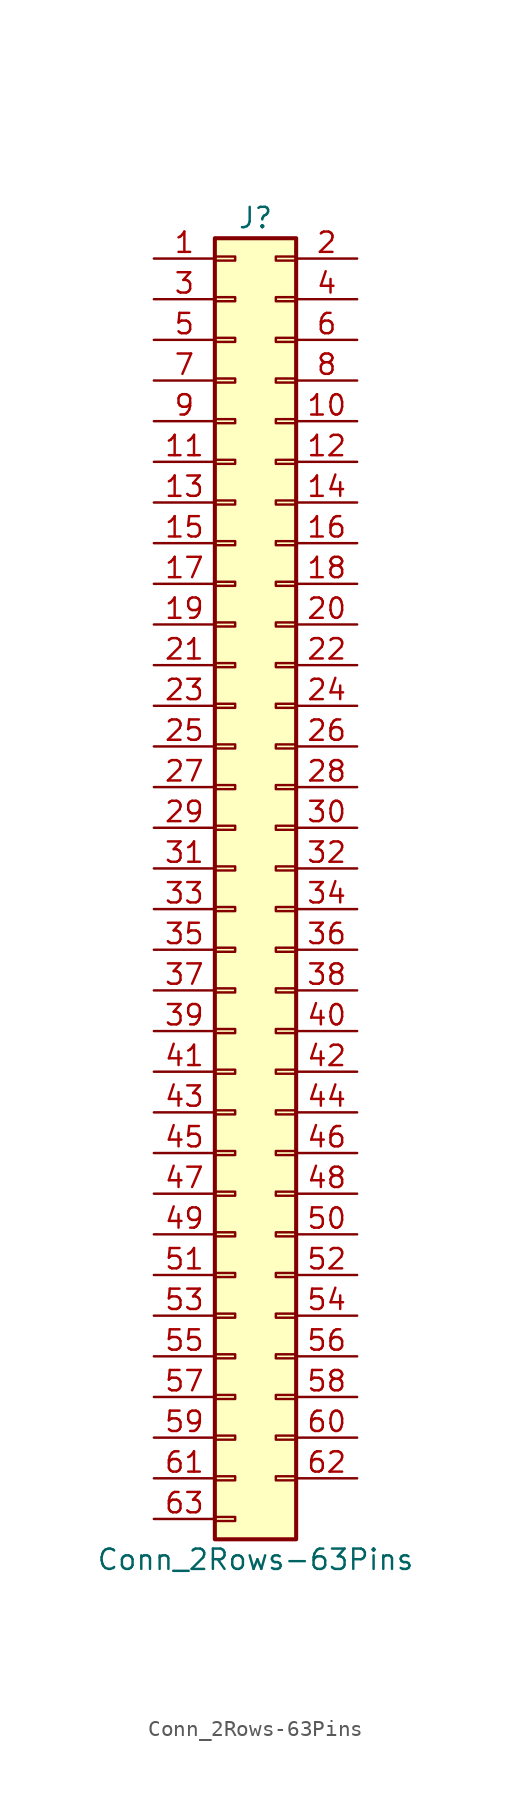
<source format=kicad_sym>
(kicad_symbol_lib
  (version 20201005)
  (generator kicad_symbol_editor)
  (symbol "Conn_2Rows-63Pins"
    (pin_names
      (offset 1.016) hide)
    (property "Reference" "J"
      (at 1.27 40.64 0)
      (effects (font (size 1.27 1.27))))
    (property "Value" "Conn_2Rows-63Pins"
      (at 1.27 -43.18 0)
      (effects (font (size 1.27 1.27))))
    (symbol "Conn_2Rows-63Pins_1_1"
      (rectangle (start -1.27 -40.513) (end 0 -40.767) (stroke (width 0.152)) (fill (type none)))
      (rectangle (start -1.27 -37.973) (end 0 -38.227) (stroke (width 0.152)) (fill (type none)))
      (rectangle (start -1.27 -35.433) (end 0 -35.687) (stroke (width 0.152)) (fill (type none)))
      (rectangle (start -1.27 -32.893) (end 0 -33.147) (stroke (width 0.152)) (fill (type none)))
      (rectangle (start -1.27 -30.353) (end 0 -30.607) (stroke (width 0.152)) (fill (type none)))
      (rectangle (start -1.27 -27.813) (end 0 -28.067) (stroke (width 0.152)) (fill (type none)))
      (rectangle (start -1.27 -25.273) (end 0 -25.527) (stroke (width 0.152)) (fill (type none)))
      (rectangle (start -1.27 -22.733) (end 0 -22.987) (stroke (width 0.152)) (fill (type none)))
      (rectangle (start -1.27 -20.193) (end 0 -20.447) (stroke (width 0.152)) (fill (type none)))
      (rectangle (start -1.27 -17.653) (end 0 -17.907) (stroke (width 0.152)) (fill (type none)))
      (rectangle (start -1.27 -15.113) (end 0 -15.367) (stroke (width 0.152)) (fill (type none)))
      (rectangle (start -1.27 -12.573) (end 0 -12.827) (stroke (width 0.152)) (fill (type none)))
      (rectangle (start -1.27 -10.033) (end 0 -10.287) (stroke (width 0.152)) (fill (type none)))
      (rectangle (start -1.27 -7.493) (end 0 -7.747) (stroke (width 0.152)) (fill (type none)))
      (rectangle (start -1.27 -4.953) (end 0 -5.207) (stroke (width 0.152)) (fill (type none)))
      (rectangle (start -1.27 -2.413) (end 0 -2.667) (stroke (width 0.152)) (fill (type none)))
      (rectangle (start -1.27 0.127) (end 0 -0.127) (stroke (width 0.152)) (fill (type none)))
      (rectangle (start -1.27 2.667) (end 0 2.413) (stroke (width 0.152)) (fill (type none)))
      (rectangle (start -1.27 5.207) (end 0 4.953) (stroke (width 0.152)) (fill (type none)))
      (rectangle (start -1.27 7.747) (end 0 7.493) (stroke (width 0.152)) (fill (type none)))
      (rectangle (start -1.27 10.287) (end 0 10.033) (stroke (width 0.152)) (fill (type none)))
      (rectangle (start -1.27 12.827) (end 0 12.573) (stroke (width 0.152)) (fill (type none)))
      (rectangle (start -1.27 15.367) (end 0 15.113) (stroke (width 0.152)) (fill (type none)))
      (rectangle (start -1.27 17.907) (end 0 17.653) (stroke (width 0.152)) (fill (type none)))
      (rectangle (start -1.27 20.447) (end 0 20.193) (stroke (width 0.152)) (fill (type none)))
      (rectangle (start -1.27 22.987) (end 0 22.733) (stroke (width 0.152)) (fill (type none)))
      (rectangle (start -1.27 25.527) (end 0 25.273) (stroke (width 0.152)) (fill (type none)))
      (rectangle (start -1.27 28.067) (end 0 27.813) (stroke (width 0.152)) (fill (type none)))
      (rectangle (start -1.27 30.607) (end 0 30.353) (stroke (width 0.152)) (fill (type none)))
      (rectangle (start -1.27 33.147) (end 0 32.893) (stroke (width 0.152)) (fill (type none)))
      (rectangle (start -1.27 35.687) (end 0 35.433) (stroke (width 0.152)) (fill (type none)))
      (rectangle (start -1.27 38.227) (end 0 37.973) (stroke (width 0.152)) (fill (type none)))
      (rectangle (start 3.81 -37.973) (end 2.54 -38.227) (stroke (width 0.152)) (fill (type none)))
      (rectangle (start 3.81 -35.433) (end 2.54 -35.687) (stroke (width 0.152)) (fill (type none)))
      (rectangle (start 3.81 -32.893) (end 2.54 -33.147) (stroke (width 0.152)) (fill (type none)))
      (rectangle (start 3.81 -30.353) (end 2.54 -30.607) (stroke (width 0.152)) (fill (type none)))
      (rectangle (start 3.81 -27.813) (end 2.54 -28.067) (stroke (width 0.152)) (fill (type none)))
      (rectangle (start 3.81 -25.273) (end 2.54 -25.527) (stroke (width 0.152)) (fill (type none)))
      (rectangle (start 3.81 -22.733) (end 2.54 -22.987) (stroke (width 0.152)) (fill (type none)))
      (rectangle (start 3.81 -20.193) (end 2.54 -20.447) (stroke (width 0.152)) (fill (type none)))
      (rectangle (start 3.81 -17.653) (end 2.54 -17.907) (stroke (width 0.152)) (fill (type none)))
      (rectangle (start 3.81 -15.113) (end 2.54 -15.367) (stroke (width 0.152)) (fill (type none)))
      (rectangle (start 3.81 -12.573) (end 2.54 -12.827) (stroke (width 0.152)) (fill (type none)))
      (rectangle (start 3.81 -10.033) (end 2.54 -10.287) (stroke (width 0.152)) (fill (type none)))
      (rectangle (start 3.81 -7.493) (end 2.54 -7.747) (stroke (width 0.152)) (fill (type none)))
      (rectangle (start 3.81 -4.953) (end 2.54 -5.207) (stroke (width 0.152)) (fill (type none)))
      (rectangle (start 3.81 -2.413) (end 2.54 -2.667) (stroke (width 0.152)) (fill (type none)))
      (rectangle (start 3.81 0.127) (end 2.54 -0.127) (stroke (width 0.152)) (fill (type none)))
      (rectangle (start 3.81 2.667) (end 2.54 2.413) (stroke (width 0.152)) (fill (type none)))
      (rectangle (start 3.81 5.207) (end 2.54 4.953) (stroke (width 0.152)) (fill (type none)))
      (rectangle (start 3.81 7.747) (end 2.54 7.493) (stroke (width 0.152)) (fill (type none)))
      (rectangle (start 3.81 10.287) (end 2.54 10.033) (stroke (width 0.152)) (fill (type none)))
      (rectangle (start 3.81 12.827) (end 2.54 12.573) (stroke (width 0.152)) (fill (type none)))
      (rectangle (start 3.81 15.367) (end 2.54 15.113) (stroke (width 0.152)) (fill (type none)))
      (rectangle (start 3.81 17.907) (end 2.54 17.653) (stroke (width 0.152)) (fill (type none)))
      (rectangle (start 3.81 20.447) (end 2.54 20.193) (stroke (width 0.152)) (fill (type none)))
      (rectangle (start 3.81 22.987) (end 2.54 22.733) (stroke (width 0.152)) (fill (type none)))
      (rectangle (start 3.81 25.527) (end 2.54 25.273) (stroke (width 0.152)) (fill (type none)))
      (rectangle (start 3.81 28.067) (end 2.54 27.813) (stroke (width 0.152)) (fill (type none)))
      (rectangle (start 3.81 30.607) (end 2.54 30.353) (stroke (width 0.152)) (fill (type none)))
      (rectangle (start 3.81 33.147) (end 2.54 32.893) (stroke (width 0.152)) (fill (type none)))
      (rectangle (start 3.81 35.687) (end 2.54 35.433) (stroke (width 0.152)) (fill (type none)))
      (rectangle (start 3.81 38.227) (end 2.54 37.973) (stroke (width 0.152)) (fill (type none)))
      (rectangle (start -1.27 39.37) (end 3.81 -41.91) (stroke (width 0.254)) (fill (type background)))
      (pin passive line (at -5.08 38.1 0) (length 3.81) (name "Pin_1" (effects (font (size 1.27 1.27)))) (number "1" (effects (font (size 1.27 1.27)))))
      (pin passive line (at 7.62 27.94 180) (length 3.81) (name "Pin_10" (effects (font (size 1.27 1.27)))) (number "10" (effects (font (size 1.27 1.27)))))
      (pin passive line (at -5.08 25.4 0) (length 3.81) (name "Pin_11" (effects (font (size 1.27 1.27)))) (number "11" (effects (font (size 1.27 1.27)))))
      (pin passive line (at 7.62 25.4 180) (length 3.81) (name "Pin_12" (effects (font (size 1.27 1.27)))) (number "12" (effects (font (size 1.27 1.27)))))
      (pin passive line (at -5.08 22.86 0) (length 3.81) (name "Pin_13" (effects (font (size 1.27 1.27)))) (number "13" (effects (font (size 1.27 1.27)))))
      (pin passive line (at 7.62 22.86 180) (length 3.81) (name "Pin_14" (effects (font (size 1.27 1.27)))) (number "14" (effects (font (size 1.27 1.27)))))
      (pin passive line (at -5.08 20.32 0) (length 3.81) (name "Pin_15" (effects (font (size 1.27 1.27)))) (number "15" (effects (font (size 1.27 1.27)))))
      (pin passive line (at 7.62 20.32 180) (length 3.81) (name "Pin_16" (effects (font (size 1.27 1.27)))) (number "16" (effects (font (size 1.27 1.27)))))
      (pin passive line (at -5.08 17.78 0) (length 3.81) (name "Pin_17" (effects (font (size 1.27 1.27)))) (number "17" (effects (font (size 1.27 1.27)))))
      (pin passive line (at 7.62 17.78 180) (length 3.81) (name "Pin_18" (effects (font (size 1.27 1.27)))) (number "18" (effects (font (size 1.27 1.27)))))
      (pin passive line (at -5.08 15.24 0) (length 3.81) (name "Pin_19" (effects (font (size 1.27 1.27)))) (number "19" (effects (font (size 1.27 1.27)))))
      (pin passive line (at 7.62 38.1 180) (length 3.81) (name "Pin_2" (effects (font (size 1.27 1.27)))) (number "2" (effects (font (size 1.27 1.27)))))
      (pin passive line (at 7.62 15.24 180) (length 3.81) (name "Pin_20" (effects (font (size 1.27 1.27)))) (number "20" (effects (font (size 1.27 1.27)))))
      (pin passive line (at -5.08 12.7 0) (length 3.81) (name "Pin_21" (effects (font (size 1.27 1.27)))) (number "21" (effects (font (size 1.27 1.27)))))
      (pin passive line (at 7.62 12.7 180) (length 3.81) (name "Pin_22" (effects (font (size 1.27 1.27)))) (number "22" (effects (font (size 1.27 1.27)))))
      (pin passive line (at -5.08 10.16 0) (length 3.81) (name "Pin_23" (effects (font (size 1.27 1.27)))) (number "23" (effects (font (size 1.27 1.27)))))
      (pin passive line (at 7.62 10.16 180) (length 3.81) (name "Pin_24" (effects (font (size 1.27 1.27)))) (number "24" (effects (font (size 1.27 1.27)))))
      (pin passive line (at -5.08 7.62 0) (length 3.81) (name "Pin_25" (effects (font (size 1.27 1.27)))) (number "25" (effects (font (size 1.27 1.27)))))
      (pin passive line (at 7.62 7.62 180) (length 3.81) (name "Pin_26" (effects (font (size 1.27 1.27)))) (number "26" (effects (font (size 1.27 1.27)))))
      (pin passive line (at -5.08 5.08 0) (length 3.81) (name "Pin_27" (effects (font (size 1.27 1.27)))) (number "27" (effects (font (size 1.27 1.27)))))
      (pin passive line (at 7.62 5.08 180) (length 3.81) (name "Pin_28" (effects (font (size 1.27 1.27)))) (number "28" (effects (font (size 1.27 1.27)))))
      (pin passive line (at -5.08 2.54 0) (length 3.81) (name "Pin_29" (effects (font (size 1.27 1.27)))) (number "29" (effects (font (size 1.27 1.27)))))
      (pin passive line (at -5.08 35.56 0) (length 3.81) (name "Pin_3" (effects (font (size 1.27 1.27)))) (number "3" (effects (font (size 1.27 1.27)))))
      (pin passive line (at 7.62 2.54 180) (length 3.81) (name "Pin_30" (effects (font (size 1.27 1.27)))) (number "30" (effects (font (size 1.27 1.27)))))
      (pin passive line (at -5.08 0 0) (length 3.81) (name "Pin_31" (effects (font (size 1.27 1.27)))) (number "31" (effects (font (size 1.27 1.27)))))
      (pin passive line (at 7.62 0 180) (length 3.81) (name "Pin_32" (effects (font (size 1.27 1.27)))) (number "32" (effects (font (size 1.27 1.27)))))
      (pin passive line (at -5.08 -2.54 0) (length 3.81) (name "Pin_33" (effects (font (size 1.27 1.27)))) (number "33" (effects (font (size 1.27 1.27)))))
      (pin passive line (at 7.62 -2.54 180) (length 3.81) (name "Pin_34" (effects (font (size 1.27 1.27)))) (number "34" (effects (font (size 1.27 1.27)))))
      (pin passive line (at -5.08 -5.08 0) (length 3.81) (name "Pin_35" (effects (font (size 1.27 1.27)))) (number "35" (effects (font (size 1.27 1.27)))))
      (pin passive line (at 7.62 -5.08 180) (length 3.81) (name "Pin_36" (effects (font (size 1.27 1.27)))) (number "36" (effects (font (size 1.27 1.27)))))
      (pin passive line (at -5.08 -7.62 0) (length 3.81) (name "Pin_37" (effects (font (size 1.27 1.27)))) (number "37" (effects (font (size 1.27 1.27)))))
      (pin passive line (at 7.62 -7.62 180) (length 3.81) (name "Pin_38" (effects (font (size 1.27 1.27)))) (number "38" (effects (font (size 1.27 1.27)))))
      (pin passive line (at -5.08 -10.16 0) (length 3.81) (name "Pin_39" (effects (font (size 1.27 1.27)))) (number "39" (effects (font (size 1.27 1.27)))))
      (pin passive line (at 7.62 35.56 180) (length 3.81) (name "Pin_4" (effects (font (size 1.27 1.27)))) (number "4" (effects (font (size 1.27 1.27)))))
      (pin passive line (at 7.62 -10.16 180) (length 3.81) (name "Pin_40" (effects (font (size 1.27 1.27)))) (number "40" (effects (font (size 1.27 1.27)))))
      (pin passive line (at -5.08 -12.7 0) (length 3.81) (name "Pin_41" (effects (font (size 1.27 1.27)))) (number "41" (effects (font (size 1.27 1.27)))))
      (pin passive line (at 7.62 -12.7 180) (length 3.81) (name "Pin_42" (effects (font (size 1.27 1.27)))) (number "42" (effects (font (size 1.27 1.27)))))
      (pin passive line (at -5.08 -15.24 0) (length 3.81) (name "Pin_43" (effects (font (size 1.27 1.27)))) (number "43" (effects (font (size 1.27 1.27)))))
      (pin passive line (at 7.62 -15.24 180) (length 3.81) (name "Pin_44" (effects (font (size 1.27 1.27)))) (number "44" (effects (font (size 1.27 1.27)))))
      (pin passive line (at -5.08 -17.78 0) (length 3.81) (name "Pin_45" (effects (font (size 1.27 1.27)))) (number "45" (effects (font (size 1.27 1.27)))))
      (pin passive line (at 7.62 -17.78 180) (length 3.81) (name "Pin_46" (effects (font (size 1.27 1.27)))) (number "46" (effects (font (size 1.27 1.27)))))
      (pin passive line (at -5.08 -20.32 0) (length 3.81) (name "Pin_47" (effects (font (size 1.27 1.27)))) (number "47" (effects (font (size 1.27 1.27)))))
      (pin passive line (at 7.62 -20.32 180) (length 3.81) (name "Pin_48" (effects (font (size 1.27 1.27)))) (number "48" (effects (font (size 1.27 1.27)))))
      (pin passive line (at -5.08 -22.86 0) (length 3.81) (name "Pin_49" (effects (font (size 1.27 1.27)))) (number "49" (effects (font (size 1.27 1.27)))))
      (pin passive line (at -5.08 33.02 0) (length 3.81) (name "Pin_5" (effects (font (size 1.27 1.27)))) (number "5" (effects (font (size 1.27 1.27)))))
      (pin passive line (at 7.62 -22.86 180) (length 3.81) (name "Pin_50" (effects (font (size 1.27 1.27)))) (number "50" (effects (font (size 1.27 1.27)))))
      (pin passive line (at -5.08 -25.4 0) (length 3.81) (name "Pin_51" (effects (font (size 1.27 1.27)))) (number "51" (effects (font (size 1.27 1.27)))))
      (pin passive line (at 7.62 -25.4 180) (length 3.81) (name "Pin_52" (effects (font (size 1.27 1.27)))) (number "52" (effects (font (size 1.27 1.27)))))
      (pin passive line (at -5.08 -27.94 0) (length 3.81) (name "Pin_53" (effects (font (size 1.27 1.27)))) (number "53" (effects (font (size 1.27 1.27)))))
      (pin passive line (at 7.62 -27.94 180) (length 3.81) (name "Pin_54" (effects (font (size 1.27 1.27)))) (number "54" (effects (font (size 1.27 1.27)))))
      (pin passive line (at -5.08 -30.48 0) (length 3.81) (name "Pin_55" (effects (font (size 1.27 1.27)))) (number "55" (effects (font (size 1.27 1.27)))))
      (pin passive line (at 7.62 -30.48 180) (length 3.81) (name "Pin_56" (effects (font (size 1.27 1.27)))) (number "56" (effects (font (size 1.27 1.27)))))
      (pin passive line (at -5.08 -33.02 0) (length 3.81) (name "Pin_57" (effects (font (size 1.27 1.27)))) (number "57" (effects (font (size 1.27 1.27)))))
      (pin passive line (at 7.62 -33.02 180) (length 3.81) (name "Pin_58" (effects (font (size 1.27 1.27)))) (number "58" (effects (font (size 1.27 1.27)))))
      (pin passive line (at -5.08 -35.56 0) (length 3.81) (name "Pin_59" (effects (font (size 1.27 1.27)))) (number "59" (effects (font (size 1.27 1.27)))))
      (pin passive line (at 7.62 33.02 180) (length 3.81) (name "Pin_6" (effects (font (size 1.27 1.27)))) (number "6" (effects (font (size 1.27 1.27)))))
      (pin passive line (at 7.62 -35.56 180) (length 3.81) (name "Pin_60" (effects (font (size 1.27 1.27)))) (number "60" (effects (font (size 1.27 1.27)))))
      (pin passive line (at -5.08 -38.1 0) (length 3.81) (name "Pin_61" (effects (font (size 1.27 1.27)))) (number "61" (effects (font (size 1.27 1.27)))))
      (pin passive line (at 7.62 -38.1 180) (length 3.81) (name "Pin_62" (effects (font (size 1.27 1.27)))) (number "62" (effects (font (size 1.27 1.27)))))
      (pin passive line (at -5.08 -40.64 0) (length 3.81) (name "Pin_63" (effects (font (size 1.27 1.27)))) (number "63" (effects (font (size 1.27 1.27)))))
      (pin passive line (at -5.08 30.48 0) (length 3.81) (name "Pin_7" (effects (font (size 1.27 1.27)))) (number "7" (effects (font (size 1.27 1.27)))))
      (pin passive line (at 7.62 30.48 180) (length 3.81) (name "Pin_8" (effects (font (size 1.27 1.27)))) (number "8" (effects (font (size 1.27 1.27)))))
      (pin passive line (at -5.08 27.94 0) (length 3.81) (name "Pin_9" (effects (font (size 1.27 1.27)))) (number "9" (effects (font (size 1.27 1.27))))))))
</source>
